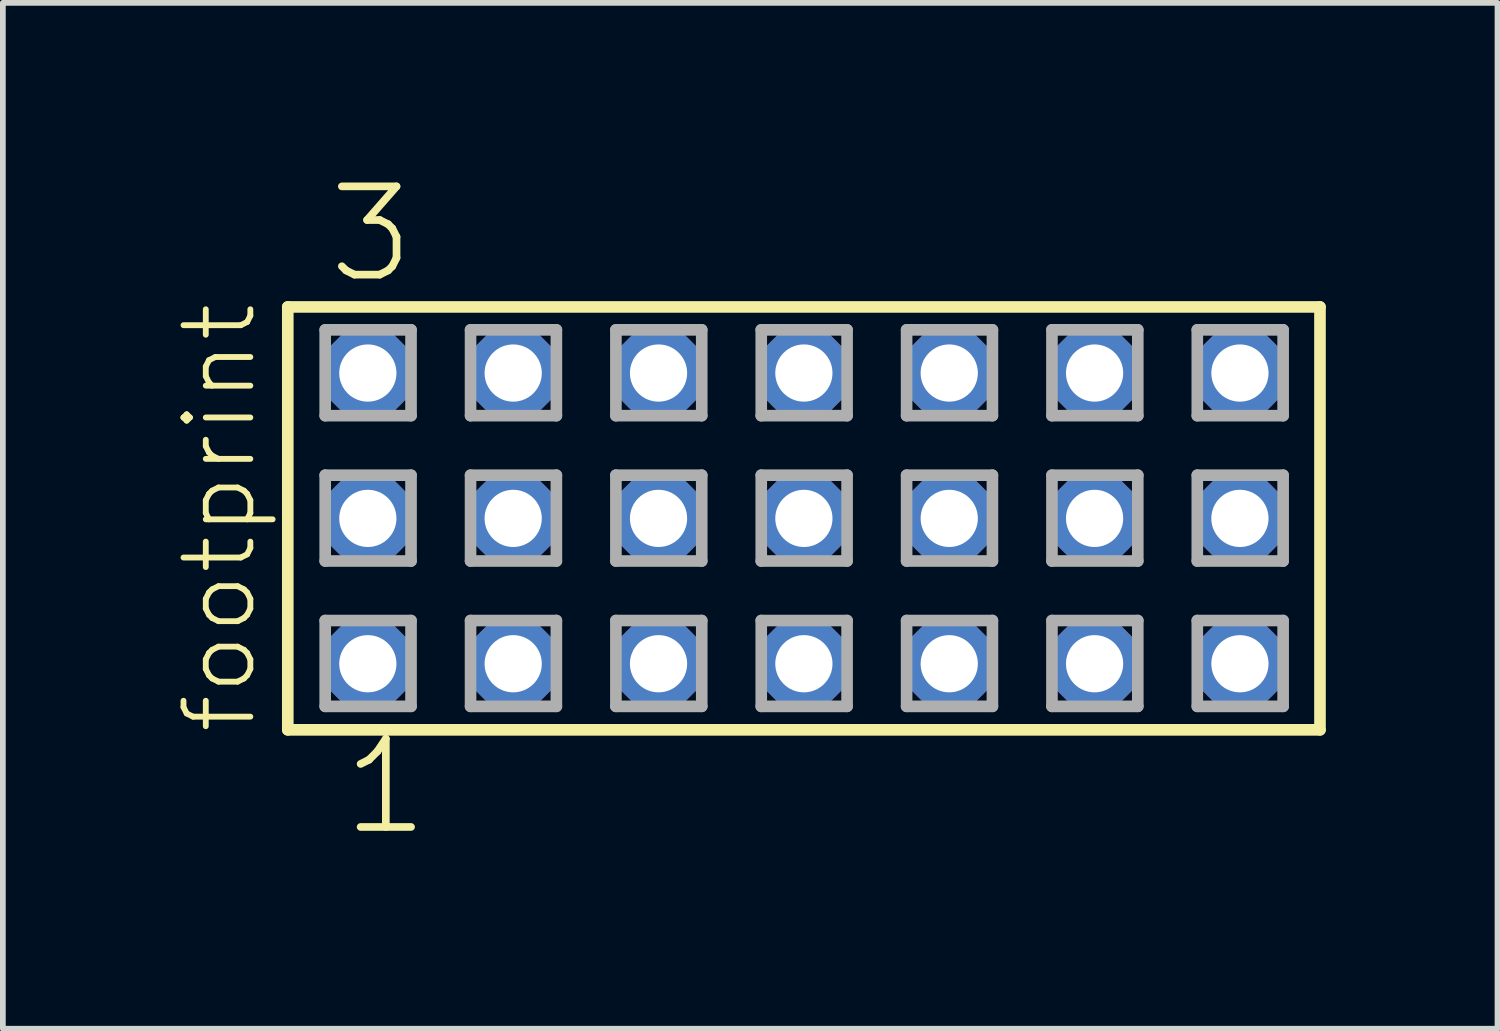
<source format=kicad_pcb>
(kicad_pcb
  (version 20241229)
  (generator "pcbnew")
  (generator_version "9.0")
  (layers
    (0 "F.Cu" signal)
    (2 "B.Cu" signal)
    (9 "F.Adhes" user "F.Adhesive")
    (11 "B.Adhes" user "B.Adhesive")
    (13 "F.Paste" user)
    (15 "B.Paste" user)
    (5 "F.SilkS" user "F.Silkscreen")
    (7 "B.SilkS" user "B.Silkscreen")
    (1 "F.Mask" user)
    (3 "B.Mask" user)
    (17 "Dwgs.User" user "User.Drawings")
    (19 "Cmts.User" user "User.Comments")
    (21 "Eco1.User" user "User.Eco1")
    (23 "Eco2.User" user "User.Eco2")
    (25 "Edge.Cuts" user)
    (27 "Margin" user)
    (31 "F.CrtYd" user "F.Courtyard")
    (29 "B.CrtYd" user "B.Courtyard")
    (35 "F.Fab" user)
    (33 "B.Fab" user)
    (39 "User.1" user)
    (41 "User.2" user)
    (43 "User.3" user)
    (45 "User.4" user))
  (footprint "footprint"
    (layer "F.Cu")
    (at 10.998 6.009)
    (property "Reference" "footprint" (at -9.525 3.81 90) (layer "F.SilkS") (effects (font (size 1.168 1.168) (thickness 0.102)) (justify left bottom)))
    (fp_line (start -9.019 -3.695) (end 9.019 -3.695) (stroke (width 0.203) (type solid)) (layer "F.SilkS"))
    (fp_line (start -9.019 3.695) (end -9.019 -3.695) (stroke (width 0.203) (type solid)) (layer "F.SilkS"))
    (fp_line (start 9.019 -3.695) (end 9.019 3.695) (stroke (width 0.203) (type solid)) (layer "F.SilkS"))
    (fp_line (start 9.019 3.695) (end -9.019 3.695) (stroke (width 0.203) (type solid)) (layer "F.SilkS"))
    (fp_line (start -8.365 -3.295) (end -6.865 -3.295) (stroke (width 0.203) (type solid)) (layer "F.Fab"))
    (fp_line (start -8.365 -1.795) (end -8.365 -3.295) (stroke (width 0.203) (type solid)) (layer "F.Fab"))
    (fp_line (start -8.365 -0.755) (end -6.865 -0.755) (stroke (width 0.203) (type solid)) (layer "F.Fab"))
    (fp_line (start -8.365 0.745) (end -8.365 -0.755) (stroke (width 0.203) (type solid)) (layer "F.Fab"))
    (fp_line (start -8.365 1.785) (end -6.865 1.785) (stroke (width 0.203) (type solid)) (layer "F.Fab"))
    (fp_line (start -8.365 3.285) (end -8.365 1.785) (stroke (width 0.203) (type solid)) (layer "F.Fab"))
    (fp_line (start -6.865 -3.295) (end -6.865 -1.795) (stroke (width 0.203) (type solid)) (layer "F.Fab"))
    (fp_line (start -6.865 -1.795) (end -8.365 -1.795) (stroke (width 0.203) (type solid)) (layer "F.Fab"))
    (fp_line (start -6.865 -0.755) (end -6.865 0.745) (stroke (width 0.203) (type solid)) (layer "F.Fab"))
    (fp_line (start -6.865 0.745) (end -8.365 0.745) (stroke (width 0.203) (type solid)) (layer "F.Fab"))
    (fp_line (start -6.865 1.785) (end -6.865 3.285) (stroke (width 0.203) (type solid)) (layer "F.Fab"))
    (fp_line (start -6.865 3.285) (end -8.365 3.285) (stroke (width 0.203) (type solid)) (layer "F.Fab"))
    (fp_line (start -5.825 -3.295) (end -4.325 -3.295) (stroke (width 0.203) (type solid)) (layer "F.Fab"))
    (fp_line (start -5.825 -1.795) (end -5.825 -3.295) (stroke (width 0.203) (type solid)) (layer "F.Fab"))
    (fp_line (start -5.825 -0.755) (end -4.325 -0.755) (stroke (width 0.203) (type solid)) (layer "F.Fab"))
    (fp_line (start -5.825 0.745) (end -5.825 -0.755) (stroke (width 0.203) (type solid)) (layer "F.Fab"))
    (fp_line (start -5.825 1.785) (end -4.325 1.785) (stroke (width 0.203) (type solid)) (layer "F.Fab"))
    (fp_line (start -5.825 3.285) (end -5.825 1.785) (stroke (width 0.203) (type solid)) (layer "F.Fab"))
    (fp_line (start -4.325 -3.295) (end -4.325 -1.795) (stroke (width 0.203) (type solid)) (layer "F.Fab"))
    (fp_line (start -4.325 -1.795) (end -5.825 -1.795) (stroke (width 0.203) (type solid)) (layer "F.Fab"))
    (fp_line (start -4.325 -0.755) (end -4.325 0.745) (stroke (width 0.203) (type solid)) (layer "F.Fab"))
    (fp_line (start -4.325 0.745) (end -5.825 0.745) (stroke (width 0.203) (type solid)) (layer "F.Fab"))
    (fp_line (start -4.325 1.785) (end -4.325 3.285) (stroke (width 0.203) (type solid)) (layer "F.Fab"))
    (fp_line (start -4.325 3.285) (end -5.825 3.285) (stroke (width 0.203) (type solid)) (layer "F.Fab"))
    (fp_line (start -3.285 -3.295) (end -1.785 -3.295) (stroke (width 0.203) (type solid)) (layer "F.Fab"))
    (fp_line (start -3.285 -1.795) (end -3.285 -3.295) (stroke (width 0.203) (type solid)) (layer "F.Fab"))
    (fp_line (start -3.285 -0.755) (end -1.785 -0.755) (stroke (width 0.203) (type solid)) (layer "F.Fab"))
    (fp_line (start -3.285 0.745) (end -3.285 -0.755) (stroke (width 0.203) (type solid)) (layer "F.Fab"))
    (fp_line (start -3.285 1.785) (end -1.785 1.785) (stroke (width 0.203) (type solid)) (layer "F.Fab"))
    (fp_line (start -3.285 3.285) (end -3.285 1.785) (stroke (width 0.203) (type solid)) (layer "F.Fab"))
    (fp_line (start -1.785 -3.295) (end -1.785 -1.795) (stroke (width 0.203) (type solid)) (layer "F.Fab"))
    (fp_line (start -1.785 -1.795) (end -3.285 -1.795) (stroke (width 0.203) (type solid)) (layer "F.Fab"))
    (fp_line (start -1.785 -0.755) (end -1.785 0.745) (stroke (width 0.203) (type solid)) (layer "F.Fab"))
    (fp_line (start -1.785 0.745) (end -3.285 0.745) (stroke (width 0.203) (type solid)) (layer "F.Fab"))
    (fp_line (start -1.785 1.785) (end -1.785 3.285) (stroke (width 0.203) (type solid)) (layer "F.Fab"))
    (fp_line (start -1.785 3.285) (end -3.285 3.285) (stroke (width 0.203) (type solid)) (layer "F.Fab"))
    (fp_line (start -0.745 -3.295) (end 0.755 -3.295) (stroke (width 0.203) (type solid)) (layer "F.Fab"))
    (fp_line (start -0.745 -1.795) (end -0.745 -3.295) (stroke (width 0.203) (type solid)) (layer "F.Fab"))
    (fp_line (start -0.745 -0.755) (end 0.755 -0.755) (stroke (width 0.203) (type solid)) (layer "F.Fab"))
    (fp_line (start -0.745 0.745) (end -0.745 -0.755) (stroke (width 0.203) (type solid)) (layer "F.Fab"))
    (fp_line (start -0.745 1.785) (end 0.755 1.785) (stroke (width 0.203) (type solid)) (layer "F.Fab"))
    (fp_line (start -0.745 3.285) (end -0.745 1.785) (stroke (width 0.203) (type solid)) (layer "F.Fab"))
    (fp_line (start 0.755 -3.295) (end 0.755 -1.795) (stroke (width 0.203) (type solid)) (layer "F.Fab"))
    (fp_line (start 0.755 -1.795) (end -0.745 -1.795) (stroke (width 0.203) (type solid)) (layer "F.Fab"))
    (fp_line (start 0.755 -0.755) (end 0.755 0.745) (stroke (width 0.203) (type solid)) (layer "F.Fab"))
    (fp_line (start 0.755 0.745) (end -0.745 0.745) (stroke (width 0.203) (type solid)) (layer "F.Fab"))
    (fp_line (start 0.755 1.785) (end 0.755 3.285) (stroke (width 0.203) (type solid)) (layer "F.Fab"))
    (fp_line (start 0.755 3.285) (end -0.745 3.285) (stroke (width 0.203) (type solid)) (layer "F.Fab"))
    (fp_line (start 1.795 -3.295) (end 3.295 -3.295) (stroke (width 0.203) (type solid)) (layer "F.Fab"))
    (fp_line (start 1.795 -1.795) (end 1.795 -3.295) (stroke (width 0.203) (type solid)) (layer "F.Fab"))
    (fp_line (start 1.795 -0.755) (end 3.295 -0.755) (stroke (width 0.203) (type solid)) (layer "F.Fab"))
    (fp_line (start 1.795 0.745) (end 1.795 -0.755) (stroke (width 0.203) (type solid)) (layer "F.Fab"))
    (fp_line (start 1.795 1.785) (end 3.295 1.785) (stroke (width 0.203) (type solid)) (layer "F.Fab"))
    (fp_line (start 1.795 3.285) (end 1.795 1.785) (stroke (width 0.203) (type solid)) (layer "F.Fab"))
    (fp_line (start 3.295 -3.295) (end 3.295 -1.795) (stroke (width 0.203) (type solid)) (layer "F.Fab"))
    (fp_line (start 3.295 -1.795) (end 1.795 -1.795) (stroke (width 0.203) (type solid)) (layer "F.Fab"))
    (fp_line (start 3.295 -0.755) (end 3.295 0.745) (stroke (width 0.203) (type solid)) (layer "F.Fab"))
    (fp_line (start 3.295 0.745) (end 1.795 0.745) (stroke (width 0.203) (type solid)) (layer "F.Fab"))
    (fp_line (start 3.295 1.785) (end 3.295 3.285) (stroke (width 0.203) (type solid)) (layer "F.Fab"))
    (fp_line (start 3.295 3.285) (end 1.795 3.285) (stroke (width 0.203) (type solid)) (layer "F.Fab"))
    (fp_line (start 4.335 -3.295) (end 5.835 -3.295) (stroke (width 0.203) (type solid)) (layer "F.Fab"))
    (fp_line (start 4.335 -1.795) (end 4.335 -3.295) (stroke (width 0.203) (type solid)) (layer "F.Fab"))
    (fp_line (start 4.335 -0.755) (end 5.835 -0.755) (stroke (width 0.203) (type solid)) (layer "F.Fab"))
    (fp_line (start 4.335 0.745) (end 4.335 -0.755) (stroke (width 0.203) (type solid)) (layer "F.Fab"))
    (fp_line (start 4.335 1.785) (end 5.835 1.785) (stroke (width 0.203) (type solid)) (layer "F.Fab"))
    (fp_line (start 4.335 3.285) (end 4.335 1.785) (stroke (width 0.203) (type solid)) (layer "F.Fab"))
    (fp_line (start 5.835 -3.295) (end 5.835 -1.795) (stroke (width 0.203) (type solid)) (layer "F.Fab"))
    (fp_line (start 5.835 -1.795) (end 4.335 -1.795) (stroke (width 0.203) (type solid)) (layer "F.Fab"))
    (fp_line (start 5.835 -0.755) (end 5.835 0.745) (stroke (width 0.203) (type solid)) (layer "F.Fab"))
    (fp_line (start 5.835 0.745) (end 4.335 0.745) (stroke (width 0.203) (type solid)) (layer "F.Fab"))
    (fp_line (start 5.835 1.785) (end 5.835 3.285) (stroke (width 0.203) (type solid)) (layer "F.Fab"))
    (fp_line (start 5.835 3.285) (end 4.335 3.285) (stroke (width 0.203) (type solid)) (layer "F.Fab"))
    (fp_line (start 6.875 -3.295) (end 8.375 -3.295) (stroke (width 0.203) (type solid)) (layer "F.Fab"))
    (fp_line (start 6.875 -1.795) (end 6.875 -3.295) (stroke (width 0.203) (type solid)) (layer "F.Fab"))
    (fp_line (start 6.875 -0.755) (end 8.375 -0.755) (stroke (width 0.203) (type solid)) (layer "F.Fab"))
    (fp_line (start 6.875 0.745) (end 6.875 -0.755) (stroke (width 0.203) (type solid)) (layer "F.Fab"))
    (fp_line (start 6.875 1.785) (end 8.375 1.785) (stroke (width 0.203) (type solid)) (layer "F.Fab"))
    (fp_line (start 6.875 3.285) (end 6.875 1.785) (stroke (width 0.203) (type solid)) (layer "F.Fab"))
    (fp_line (start 8.375 -3.295) (end 8.375 -1.795) (stroke (width 0.203) (type solid)) (layer "F.Fab"))
    (fp_line (start 8.375 -1.795) (end 6.875 -1.795) (stroke (width 0.203) (type solid)) (layer "F.Fab"))
    (fp_line (start 8.375 -0.755) (end 8.375 0.745) (stroke (width 0.203) (type solid)) (layer "F.Fab"))
    (fp_line (start 8.375 0.745) (end 6.875 0.745) (stroke (width 0.203) (type solid)) (layer "F.Fab"))
    (fp_line (start 8.375 1.785) (end 8.375 3.285) (stroke (width 0.203) (type solid)) (layer "F.Fab"))
    (fp_line (start 8.375 3.285) (end 6.875 3.285) (stroke (width 0.203) (type solid)) (layer "F.Fab"))
    (fp_text user "1" (at -8.128 5.588 0) (layer "F.SilkS") (effects (font (size 1.542 1.542) (thickness 0.134)) (justify left bottom)))
    (fp_text user "3" (at -8.382 -4.064 0) (layer "F.SilkS") (effects (font (size 1.542 1.542) (thickness 0.134)) (justify left bottom)))
    (pad "1" thru_hole roundrect (at -7.62 2.54) (size 1.5 1.5) (drill 1) (layers "*.Cu" "*.Mask") (roundrect_rratio 0.25) (chamfer_ratio 0.25) (chamfer top_left top_right bottom_left bottom_right))
    (pad "2" thru_hole roundrect (at -7.62 0) (size 1.5 1.5) (drill 1) (layers "*.Cu" "*.Mask") (roundrect_rratio 0.25) (chamfer_ratio 0.25) (chamfer top_left top_right bottom_left bottom_right))
    (pad "3" thru_hole roundrect (at -7.62 -2.54) (size 1.5 1.5) (drill 1) (layers "*.Cu" "*.Mask") (roundrect_rratio 0.25) (chamfer_ratio 0.25) (chamfer top_left top_right bottom_left bottom_right))
    (pad "4" thru_hole roundrect (at -5.08 2.54) (size 1.5 1.5) (drill 1) (layers "*.Cu" "*.Mask") (roundrect_rratio 0.25) (chamfer_ratio 0.25) (chamfer top_left top_right bottom_left bottom_right))
    (pad "5" thru_hole roundrect (at -5.08 0) (size 1.5 1.5) (drill 1) (layers "*.Cu" "*.Mask") (roundrect_rratio 0.25) (chamfer_ratio 0.25) (chamfer top_left top_right bottom_left bottom_right))
    (pad "6" thru_hole roundrect (at -5.08 -2.54) (size 1.5 1.5) (drill 1) (layers "*.Cu" "*.Mask") (roundrect_rratio 0.25) (chamfer_ratio 0.25) (chamfer top_left top_right bottom_left bottom_right))
    (pad "7" thru_hole roundrect (at -2.54 2.54) (size 1.5 1.5) (drill 1) (layers "*.Cu" "*.Mask") (roundrect_rratio 0.25) (chamfer_ratio 0.25) (chamfer top_left top_right bottom_left bottom_right))
    (pad "8" thru_hole roundrect (at -2.54 0) (size 1.5 1.5) (drill 1) (layers "*.Cu" "*.Mask") (roundrect_rratio 0.25) (chamfer_ratio 0.25) (chamfer top_left top_right bottom_left bottom_right))
    (pad "9" thru_hole roundrect (at -2.54 -2.54) (size 1.5 1.5) (drill 1) (layers "*.Cu" "*.Mask") (roundrect_rratio 0.25) (chamfer_ratio 0.25) (chamfer top_left top_right bottom_left bottom_right))
    (pad "10" thru_hole roundrect (at 0 2.54) (size 1.5 1.5) (drill 1) (layers "*.Cu" "*.Mask") (roundrect_rratio 0.25) (chamfer_ratio 0.25) (chamfer top_left top_right bottom_left bottom_right))
    (pad "11" thru_hole roundrect (at 0 0) (size 1.5 1.5) (drill 1) (layers "*.Cu" "*.Mask") (roundrect_rratio 0.25) (chamfer_ratio 0.25) (chamfer top_left top_right bottom_left bottom_right))
    (pad "12" thru_hole roundrect (at 0 -2.54) (size 1.5 1.5) (drill 1) (layers "*.Cu" "*.Mask") (roundrect_rratio 0.25) (chamfer_ratio 0.25) (chamfer top_left top_right bottom_left bottom_right))
    (pad "13" thru_hole roundrect (at 2.54 2.54) (size 1.5 1.5) (drill 1) (layers "*.Cu" "*.Mask") (roundrect_rratio 0.25) (chamfer_ratio 0.25) (chamfer top_left top_right bottom_left bottom_right))
    (pad "14" thru_hole roundrect (at 2.54 0) (size 1.5 1.5) (drill 1) (layers "*.Cu" "*.Mask") (roundrect_rratio 0.25) (chamfer_ratio 0.25) (chamfer top_left top_right bottom_left bottom_right))
    (pad "15" thru_hole roundrect (at 2.54 -2.54) (size 1.5 1.5) (drill 1) (layers "*.Cu" "*.Mask") (roundrect_rratio 0.25) (chamfer_ratio 0.25) (chamfer top_left top_right bottom_left bottom_right))
    (pad "16" thru_hole roundrect (at 5.08 2.54) (size 1.5 1.5) (drill 1) (layers "*.Cu" "*.Mask") (roundrect_rratio 0.25) (chamfer_ratio 0.25) (chamfer top_left top_right bottom_left bottom_right))
    (pad "17" thru_hole roundrect (at 5.08 0) (size 1.5 1.5) (drill 1) (layers "*.Cu" "*.Mask") (roundrect_rratio 0.25) (chamfer_ratio 0.25) (chamfer top_left top_right bottom_left bottom_right))
    (pad "18" thru_hole roundrect (at 5.08 -2.54) (size 1.5 1.5) (drill 1) (layers "*.Cu" "*.Mask") (roundrect_rratio 0.25) (chamfer_ratio 0.25) (chamfer top_left top_right bottom_left bottom_right))
    (pad "19" thru_hole roundrect (at 7.62 2.54) (size 1.5 1.5) (drill 1) (layers "*.Cu" "*.Mask") (roundrect_rratio 0.25) (chamfer_ratio 0.25) (chamfer top_left top_right bottom_left bottom_right))
    (pad "20" thru_hole roundrect (at 7.62 0) (size 1.5 1.5) (drill 1) (layers "*.Cu" "*.Mask") (roundrect_rratio 0.25) (chamfer_ratio 0.25) (chamfer top_left top_right bottom_left bottom_right))
    (pad "21" thru_hole roundrect (at 7.62 -2.54) (size 1.5 1.5) (drill 1) (layers "*.Cu" "*.Mask") (roundrect_rratio 0.25) (chamfer_ratio 0.25) (chamfer top_left top_right bottom_left bottom_right)))
  (gr_rect
    (start -3 -3)
    (end 23.119 14.927)
    (stroke (width 0.1) (type default))
    (fill no)
    (layer "Edge.Cuts")))
</source>
